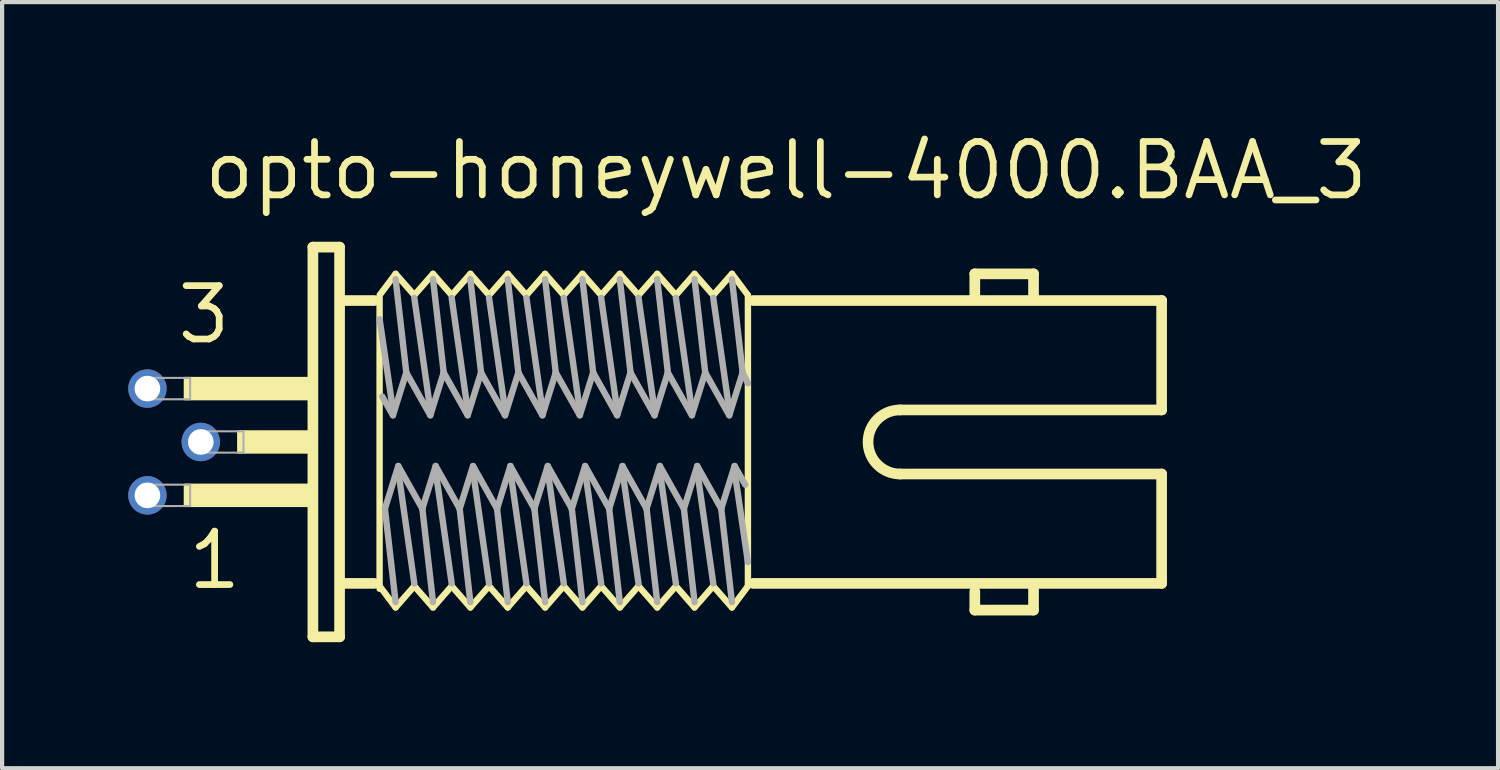
<source format=kicad_pcb>
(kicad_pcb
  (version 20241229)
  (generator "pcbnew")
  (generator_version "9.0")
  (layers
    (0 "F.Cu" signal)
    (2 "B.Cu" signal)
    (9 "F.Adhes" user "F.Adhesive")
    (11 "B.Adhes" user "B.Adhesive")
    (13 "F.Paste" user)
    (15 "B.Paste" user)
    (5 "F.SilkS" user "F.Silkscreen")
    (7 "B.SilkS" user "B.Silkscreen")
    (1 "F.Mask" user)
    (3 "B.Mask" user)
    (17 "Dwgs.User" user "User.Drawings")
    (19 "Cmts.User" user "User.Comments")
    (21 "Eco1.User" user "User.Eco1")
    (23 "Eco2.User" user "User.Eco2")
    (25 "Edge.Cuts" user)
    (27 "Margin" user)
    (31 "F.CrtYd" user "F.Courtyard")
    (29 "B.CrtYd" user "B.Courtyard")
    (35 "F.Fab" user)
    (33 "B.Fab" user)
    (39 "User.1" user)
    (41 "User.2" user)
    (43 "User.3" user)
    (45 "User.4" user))
  (footprint "opto-honeywell-4000.BAA_3"
    (layer "F.Cu")
    (at 4.267 7.465)
    (property "Reference" "opto-honeywell-4000.BAA_3" (at -2.54 -5.715 0) (layer "F.SilkS") (effects (font (size 1.27 1.27) (thickness 0.16)) (justify left bottom)))
    (attr through_hole)
    (fp_line (start 0.127 -4.636) (end 0.762 -4.636) (stroke (width 0.254) (type default)) (layer "F.SilkS"))
    (fp_line (start 0.127 4.636) (end 0.127 -4.636) (stroke (width 0.254) (type default)) (layer "F.SilkS"))
    (fp_line (start 0.762 -4.636) (end 0.762 4.636) (stroke (width 0.254) (type default)) (layer "F.SilkS"))
    (fp_line (start 0.762 4.636) (end 0.127 4.636) (stroke (width 0.254) (type default)) (layer "F.SilkS"))
    (fp_line (start 0.889 -3.365) (end 1.587 -3.365) (stroke (width 0.254) (type default)) (layer "F.SilkS"))
    (fp_line (start 0.889 3.365) (end 1.587 3.365) (stroke (width 0.254) (type default)) (layer "F.SilkS"))
    (fp_line (start 1.714 -3.493) (end 2.095 -4) (stroke (width 0.152) (type default)) (layer "F.SilkS"))
    (fp_line (start 1.714 3.429) (end 1.714 -3.429) (stroke (width 0.152) (type default)) (layer "F.SilkS"))
    (fp_line (start 1.714 3.493) (end 1.714 3.429) (stroke (width 0.152) (type default)) (layer "F.SilkS"))
    (fp_line (start 2.095 -4) (end 2.54 -3.493) (stroke (width 0.152) (type default)) (layer "F.SilkS"))
    (fp_line (start 2.095 3.937) (end 1.714 3.429) (stroke (width 0.152) (type default)) (layer "F.SilkS"))
    (fp_line (start 2.54 -3.493) (end 2.985 -4) (stroke (width 0.152) (type default)) (layer "F.SilkS"))
    (fp_line (start 2.54 3.429) (end 2.095 3.937) (stroke (width 0.152) (type default)) (layer "F.SilkS"))
    (fp_line (start 2.985 -4) (end 3.429 -3.493) (stroke (width 0.152) (type default)) (layer "F.SilkS"))
    (fp_line (start 2.985 3.937) (end 2.54 3.429) (stroke (width 0.152) (type default)) (layer "F.SilkS"))
    (fp_line (start 3.429 -3.493) (end 3.873 -4) (stroke (width 0.152) (type default)) (layer "F.SilkS"))
    (fp_line (start 3.429 3.429) (end 2.985 3.937) (stroke (width 0.152) (type default)) (layer "F.SilkS"))
    (fp_line (start 3.873 -4) (end 4.318 -3.493) (stroke (width 0.152) (type default)) (layer "F.SilkS"))
    (fp_line (start 3.873 3.937) (end 3.429 3.429) (stroke (width 0.152) (type default)) (layer "F.SilkS"))
    (fp_line (start 4.318 -3.493) (end 4.763 -4) (stroke (width 0.152) (type default)) (layer "F.SilkS"))
    (fp_line (start 4.318 3.429) (end 3.873 3.937) (stroke (width 0.152) (type default)) (layer "F.SilkS"))
    (fp_line (start 4.763 -4) (end 5.207 -3.493) (stroke (width 0.152) (type default)) (layer "F.SilkS"))
    (fp_line (start 4.763 3.937) (end 4.318 3.429) (stroke (width 0.152) (type default)) (layer "F.SilkS"))
    (fp_line (start 5.207 -3.493) (end 5.652 -4) (stroke (width 0.152) (type default)) (layer "F.SilkS"))
    (fp_line (start 5.207 3.429) (end 4.763 3.937) (stroke (width 0.152) (type default)) (layer "F.SilkS"))
    (fp_line (start 5.652 -4) (end 6.096 -3.493) (stroke (width 0.152) (type default)) (layer "F.SilkS"))
    (fp_line (start 5.652 3.937) (end 5.207 3.429) (stroke (width 0.152) (type default)) (layer "F.SilkS"))
    (fp_line (start 6.096 -3.493) (end 6.54 -4) (stroke (width 0.152) (type default)) (layer "F.SilkS"))
    (fp_line (start 6.096 3.429) (end 5.652 3.937) (stroke (width 0.152) (type default)) (layer "F.SilkS"))
    (fp_line (start 6.54 -4) (end 6.985 -3.493) (stroke (width 0.152) (type default)) (layer "F.SilkS"))
    (fp_line (start 6.54 3.937) (end 6.096 3.429) (stroke (width 0.152) (type default)) (layer "F.SilkS"))
    (fp_line (start 6.985 -3.493) (end 7.429 -4) (stroke (width 0.152) (type default)) (layer "F.SilkS"))
    (fp_line (start 6.985 3.429) (end 6.54 3.937) (stroke (width 0.152) (type default)) (layer "F.SilkS"))
    (fp_line (start 7.429 -4) (end 7.874 -3.493) (stroke (width 0.152) (type default)) (layer "F.SilkS"))
    (fp_line (start 7.429 3.937) (end 6.985 3.429) (stroke (width 0.152) (type default)) (layer "F.SilkS"))
    (fp_line (start 7.874 -3.493) (end 8.319 -4) (stroke (width 0.152) (type default)) (layer "F.SilkS"))
    (fp_line (start 7.874 3.429) (end 7.429 3.937) (stroke (width 0.152) (type default)) (layer "F.SilkS"))
    (fp_line (start 8.319 -4) (end 8.763 -3.493) (stroke (width 0.152) (type default)) (layer "F.SilkS"))
    (fp_line (start 8.319 3.937) (end 7.874 3.429) (stroke (width 0.152) (type default)) (layer "F.SilkS"))
    (fp_line (start 8.763 -3.493) (end 9.207 -4) (stroke (width 0.152) (type default)) (layer "F.SilkS"))
    (fp_line (start 8.763 3.429) (end 8.319 3.937) (stroke (width 0.152) (type default)) (layer "F.SilkS"))
    (fp_line (start 9.207 -4) (end 9.652 -3.493) (stroke (width 0.152) (type default)) (layer "F.SilkS"))
    (fp_line (start 9.207 3.937) (end 8.763 3.429) (stroke (width 0.152) (type default)) (layer "F.SilkS"))
    (fp_line (start 9.652 -3.493) (end 10.097 -4) (stroke (width 0.152) (type default)) (layer "F.SilkS"))
    (fp_line (start 9.652 3.429) (end 9.207 3.937) (stroke (width 0.152) (type default)) (layer "F.SilkS"))
    (fp_line (start 10.097 -4) (end 10.477 -3.493) (stroke (width 0.152) (type default)) (layer "F.SilkS"))
    (fp_line (start 10.097 3.937) (end 9.652 3.429) (stroke (width 0.152) (type default)) (layer "F.SilkS"))
    (fp_line (start 10.477 -3.493) (end 10.477 3.429) (stroke (width 0.152) (type default)) (layer "F.SilkS"))
    (fp_line (start 10.477 3.429) (end 10.097 3.937) (stroke (width 0.152) (type default)) (layer "F.SilkS"))
    (fp_line (start 10.604 -3.365) (end 20.32 -3.365) (stroke (width 0.254) (type default)) (layer "F.SilkS"))
    (fp_line (start 14.097 0.762) (end 20.32 0.762) (stroke (width 0.254) (type default)) (layer "F.SilkS"))
    (fp_line (start 15.875 -4) (end 17.272 -4) (stroke (width 0.254) (type default)) (layer "F.SilkS"))
    (fp_line (start 15.875 -3.429) (end 15.875 -4) (stroke (width 0.254) (type default)) (layer "F.SilkS"))
    (fp_line (start 15.875 3.556) (end 15.875 4) (stroke (width 0.254) (type default)) (layer "F.SilkS"))
    (fp_line (start 15.875 4) (end 17.272 4) (stroke (width 0.254) (type default)) (layer "F.SilkS"))
    (fp_line (start 17.272 -4) (end 17.272 -3.493) (stroke (width 0.254) (type default)) (layer "F.SilkS"))
    (fp_line (start 17.272 4) (end 17.272 3.493) (stroke (width 0.254) (type default)) (layer "F.SilkS"))
    (fp_line (start 20.32 -3.365) (end 20.32 -0.762) (stroke (width 0.254) (type default)) (layer "F.SilkS"))
    (fp_line (start 20.32 -0.762) (end 14.097 -0.762) (stroke (width 0.254) (type default)) (layer "F.SilkS"))
    (fp_line (start 20.32 0.762) (end 20.32 3.365) (stroke (width 0.254) (type default)) (layer "F.SilkS"))
    (fp_line (start 20.32 3.365) (end 10.604 3.365) (stroke (width 0.254) (type default)) (layer "F.SilkS"))
    (fp_rect (start -2.921 -1.016) (end 0 -1.524) (stroke (width 0.05) (type default)) (fill yes) (layer "F.SilkS"))
    (fp_rect (start -2.921 1.524) (end 0 1.016) (stroke (width 0.05) (type default)) (fill yes) (layer "F.SilkS"))
    (fp_rect (start -1.651 0.254) (end 0 -0.254) (stroke (width 0.05) (type default)) (fill yes) (layer "F.SilkS"))
    (fp_arc (start 14.097 0.762) (mid 13.335 0) (end 14.097 -0.762) (stroke (width 0.254) (type default)) (layer "F.SilkS"))
    (fp_line (start 1.714 -2.921) (end 2.032 -0.762) (stroke (width 0.152) (type default)) (layer "F.Fab"))
    (fp_line (start 1.778 -1.079) (end 2.032 -0.635) (stroke (width 0.152) (type default)) (layer "F.Fab"))
    (fp_line (start 2.032 -0.635) (end 2.349 -1.651) (stroke (width 0.152) (type default)) (layer "F.Fab"))
    (fp_line (start 2.095 -3.873) (end 2.349 -1.651) (stroke (width 0.152) (type default)) (layer "F.Fab"))
    (fp_line (start 2.095 3.81) (end 1.841 1.587) (stroke (width 0.152) (type default)) (layer "F.Fab"))
    (fp_line (start 2.159 0.572) (end 1.841 1.587) (stroke (width 0.152) (type default)) (layer "F.Fab"))
    (fp_line (start 2.349 -1.651) (end 2.921 -0.635) (stroke (width 0.152) (type default)) (layer "F.Fab"))
    (fp_line (start 2.54 -3.429) (end 2.921 -0.762) (stroke (width 0.152) (type default)) (layer "F.Fab"))
    (fp_line (start 2.54 3.365) (end 2.159 0.699) (stroke (width 0.152) (type default)) (layer "F.Fab"))
    (fp_line (start 2.731 1.587) (end 2.159 0.572) (stroke (width 0.152) (type default)) (layer "F.Fab"))
    (fp_line (start 2.921 -0.635) (end 3.239 -1.651) (stroke (width 0.152) (type default)) (layer "F.Fab"))
    (fp_line (start 2.985 -3.873) (end 3.239 -1.651) (stroke (width 0.152) (type default)) (layer "F.Fab"))
    (fp_line (start 2.985 3.81) (end 2.731 1.587) (stroke (width 0.152) (type default)) (layer "F.Fab"))
    (fp_line (start 3.048 0.572) (end 2.731 1.587) (stroke (width 0.152) (type default)) (layer "F.Fab"))
    (fp_line (start 3.239 -1.651) (end 3.81 -0.635) (stroke (width 0.152) (type default)) (layer "F.Fab"))
    (fp_line (start 3.429 -3.429) (end 3.81 -0.762) (stroke (width 0.152) (type default)) (layer "F.Fab"))
    (fp_line (start 3.429 3.365) (end 3.048 0.699) (stroke (width 0.152) (type default)) (layer "F.Fab"))
    (fp_line (start 3.619 1.587) (end 3.048 0.572) (stroke (width 0.152) (type default)) (layer "F.Fab"))
    (fp_line (start 3.81 -0.635) (end 4.128 -1.651) (stroke (width 0.152) (type default)) (layer "F.Fab"))
    (fp_line (start 3.873 -3.873) (end 4.128 -1.651) (stroke (width 0.152) (type default)) (layer "F.Fab"))
    (fp_line (start 3.873 3.81) (end 3.619 1.587) (stroke (width 0.152) (type default)) (layer "F.Fab"))
    (fp_line (start 3.937 0.572) (end 3.619 1.587) (stroke (width 0.152) (type default)) (layer "F.Fab"))
    (fp_line (start 4.128 -1.651) (end 4.699 -0.635) (stroke (width 0.152) (type default)) (layer "F.Fab"))
    (fp_line (start 4.318 -3.429) (end 4.699 -0.762) (stroke (width 0.152) (type default)) (layer "F.Fab"))
    (fp_line (start 4.318 3.365) (end 3.937 0.699) (stroke (width 0.152) (type default)) (layer "F.Fab"))
    (fp_line (start 4.508 1.587) (end 3.937 0.572) (stroke (width 0.152) (type default)) (layer "F.Fab"))
    (fp_line (start 4.699 -0.635) (end 5.016 -1.651) (stroke (width 0.152) (type default)) (layer "F.Fab"))
    (fp_line (start 4.763 -3.873) (end 5.016 -1.651) (stroke (width 0.152) (type default)) (layer "F.Fab"))
    (fp_line (start 4.763 3.81) (end 4.508 1.587) (stroke (width 0.152) (type default)) (layer "F.Fab"))
    (fp_line (start 4.826 0.572) (end 4.508 1.587) (stroke (width 0.152) (type default)) (layer "F.Fab"))
    (fp_line (start 5.016 -1.651) (end 5.588 -0.635) (stroke (width 0.152) (type default)) (layer "F.Fab"))
    (fp_line (start 5.207 -3.429) (end 5.588 -0.762) (stroke (width 0.152) (type default)) (layer "F.Fab"))
    (fp_line (start 5.207 3.365) (end 4.826 0.699) (stroke (width 0.152) (type default)) (layer "F.Fab"))
    (fp_line (start 5.397 1.587) (end 4.826 0.572) (stroke (width 0.152) (type default)) (layer "F.Fab"))
    (fp_line (start 5.588 -0.635) (end 5.905 -1.651) (stroke (width 0.152) (type default)) (layer "F.Fab"))
    (fp_line (start 5.652 -3.873) (end 5.905 -1.651) (stroke (width 0.152) (type default)) (layer "F.Fab"))
    (fp_line (start 5.652 3.81) (end 5.397 1.587) (stroke (width 0.152) (type default)) (layer "F.Fab"))
    (fp_line (start 5.715 0.572) (end 5.397 1.587) (stroke (width 0.152) (type default)) (layer "F.Fab"))
    (fp_line (start 5.905 -1.651) (end 6.477 -0.635) (stroke (width 0.152) (type default)) (layer "F.Fab"))
    (fp_line (start 6.096 -3.429) (end 6.477 -0.762) (stroke (width 0.152) (type default)) (layer "F.Fab"))
    (fp_line (start 6.096 3.365) (end 5.715 0.699) (stroke (width 0.152) (type default)) (layer "F.Fab"))
    (fp_line (start 6.287 1.587) (end 5.715 0.572) (stroke (width 0.152) (type default)) (layer "F.Fab"))
    (fp_line (start 6.477 -0.635) (end 6.795 -1.651) (stroke (width 0.152) (type default)) (layer "F.Fab"))
    (fp_line (start 6.54 -3.873) (end 6.795 -1.651) (stroke (width 0.152) (type default)) (layer "F.Fab"))
    (fp_line (start 6.54 3.81) (end 6.287 1.587) (stroke (width 0.152) (type default)) (layer "F.Fab"))
    (fp_line (start 6.604 0.572) (end 6.287 1.587) (stroke (width 0.152) (type default)) (layer "F.Fab"))
    (fp_line (start 6.795 -1.651) (end 7.366 -0.635) (stroke (width 0.152) (type default)) (layer "F.Fab"))
    (fp_line (start 6.985 -3.429) (end 7.366 -0.762) (stroke (width 0.152) (type default)) (layer "F.Fab"))
    (fp_line (start 6.985 3.365) (end 6.604 0.699) (stroke (width 0.152) (type default)) (layer "F.Fab"))
    (fp_line (start 7.176 1.587) (end 6.604 0.572) (stroke (width 0.152) (type default)) (layer "F.Fab"))
    (fp_line (start 7.366 -0.635) (end 7.684 -1.651) (stroke (width 0.152) (type default)) (layer "F.Fab"))
    (fp_line (start 7.429 -3.873) (end 7.684 -1.651) (stroke (width 0.152) (type default)) (layer "F.Fab"))
    (fp_line (start 7.429 3.81) (end 7.176 1.587) (stroke (width 0.152) (type default)) (layer "F.Fab"))
    (fp_line (start 7.493 0.572) (end 7.176 1.587) (stroke (width 0.152) (type default)) (layer "F.Fab"))
    (fp_line (start 7.684 -1.651) (end 8.255 -0.635) (stroke (width 0.152) (type default)) (layer "F.Fab"))
    (fp_line (start 7.874 -3.429) (end 8.255 -0.762) (stroke (width 0.152) (type default)) (layer "F.Fab"))
    (fp_line (start 7.874 3.365) (end 7.493 0.699) (stroke (width 0.152) (type default)) (layer "F.Fab"))
    (fp_line (start 8.065 1.587) (end 7.493 0.572) (stroke (width 0.152) (type default)) (layer "F.Fab"))
    (fp_line (start 8.255 -0.635) (end 8.572 -1.651) (stroke (width 0.152) (type default)) (layer "F.Fab"))
    (fp_line (start 8.319 -3.873) (end 8.572 -1.651) (stroke (width 0.152) (type default)) (layer "F.Fab"))
    (fp_line (start 8.319 3.81) (end 8.065 1.587) (stroke (width 0.152) (type default)) (layer "F.Fab"))
    (fp_line (start 8.382 0.572) (end 8.065 1.587) (stroke (width 0.152) (type default)) (layer "F.Fab"))
    (fp_line (start 8.572 -1.651) (end 9.144 -0.635) (stroke (width 0.152) (type default)) (layer "F.Fab"))
    (fp_line (start 8.763 -3.429) (end 9.144 -0.762) (stroke (width 0.152) (type default)) (layer "F.Fab"))
    (fp_line (start 8.763 3.365) (end 8.382 0.699) (stroke (width 0.152) (type default)) (layer "F.Fab"))
    (fp_line (start 8.954 1.587) (end 8.382 0.572) (stroke (width 0.152) (type default)) (layer "F.Fab"))
    (fp_line (start 9.144 -0.635) (end 9.461 -1.651) (stroke (width 0.152) (type default)) (layer "F.Fab"))
    (fp_line (start 9.207 -3.873) (end 9.461 -1.651) (stroke (width 0.152) (type default)) (layer "F.Fab"))
    (fp_line (start 9.207 3.81) (end 8.954 1.587) (stroke (width 0.152) (type default)) (layer "F.Fab"))
    (fp_line (start 9.271 0.572) (end 8.954 1.587) (stroke (width 0.152) (type default)) (layer "F.Fab"))
    (fp_line (start 9.461 -1.651) (end 10.033 -0.635) (stroke (width 0.152) (type default)) (layer "F.Fab"))
    (fp_line (start 9.652 -3.429) (end 10.033 -0.762) (stroke (width 0.152) (type default)) (layer "F.Fab"))
    (fp_line (start 9.652 3.365) (end 9.271 0.699) (stroke (width 0.152) (type default)) (layer "F.Fab"))
    (fp_line (start 9.842 1.587) (end 9.271 0.572) (stroke (width 0.152) (type default)) (layer "F.Fab"))
    (fp_line (start 10.033 -0.635) (end 10.351 -1.651) (stroke (width 0.152) (type default)) (layer "F.Fab"))
    (fp_line (start 10.097 -3.873) (end 10.351 -1.651) (stroke (width 0.152) (type default)) (layer "F.Fab"))
    (fp_line (start 10.097 3.81) (end 9.842 1.587) (stroke (width 0.152) (type default)) (layer "F.Fab"))
    (fp_line (start 10.16 0.572) (end 9.842 1.587) (stroke (width 0.152) (type default)) (layer "F.Fab"))
    (fp_line (start 10.351 -1.651) (end 10.477 -1.397) (stroke (width 0.152) (type default)) (layer "F.Fab"))
    (fp_line (start 10.414 1.016) (end 10.16 0.572) (stroke (width 0.152) (type default)) (layer "F.Fab"))
    (fp_line (start 10.477 2.857) (end 10.16 0.699) (stroke (width 0.152) (type default)) (layer "F.Fab"))
    (fp_rect (start -3.937 -1.016) (end -2.794 -1.524) (stroke (width 0.05) (type default)) (fill no) (layer "F.Fab"))
    (fp_rect (start -3.937 1.524) (end -2.794 1.016) (stroke (width 0.05) (type default)) (fill no) (layer "F.Fab"))
    (fp_rect (start -2.667 0.254) (end -1.524 -0.254) (stroke (width 0.05) (type default)) (fill no) (layer "F.Fab"))
    (fp_text user "3" (at -3.175 -2.286 0) (layer "F.SilkS") (effects (font (size 1.27 1.27) (thickness 0.16)) (justify left bottom)))
    (fp_text user "1" (at -2.921 3.556 0) (layer "F.SilkS") (effects (font (size 1.27 1.27) (thickness 0.16)) (justify left bottom)))
    (pad "1" thru_hole circle (at -3.81 1.27) (size 0.914 0.914) (drill 0.61) (layers "*.Cu" "*.Mask"))
    (pad "2" thru_hole circle (at -2.54 0) (size 0.914 0.914) (drill 0.61) (layers "*.Cu" "*.Mask"))
    (pad "3" thru_hole circle (at -3.81 -1.27) (size 0.914 0.914) (drill 0.61) (layers "*.Cu" "*.Mask")))
  (gr_rect
    (start -3 -3)
    (end 32.591 15.227)
    (stroke (width 0.1) (type default))
    (fill no)
    (layer "Edge.Cuts")))
</source>
